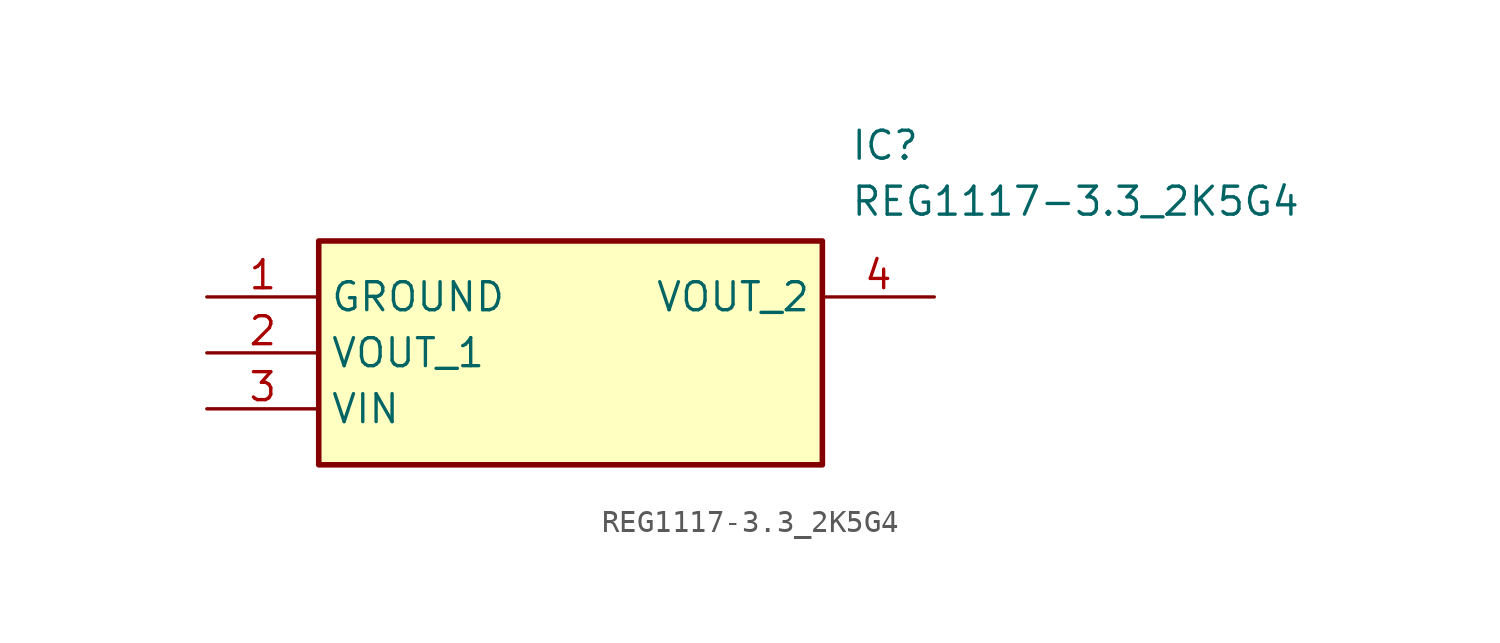
<source format=kicad_sym>
(kicad_symbol_lib
  (version 20211014)
  (generator SamacSys_ECAD_Model)
  (symbol "REG1117-3.3_2K5G4"
    (property "Reference" "IC"
      (at 29.21 7.62 0)
      (effects (font (size 1.27 1.27)) (justify left top)))
    (property "Value" "REG1117-3.3_2K5G4"
      (at 29.21 5.08 0)
      (effects (font (size 1.27 1.27)) (justify left top)))
    (rectangle
      (start 5.08 2.54)
      (end 27.94 -7.62)
      (stroke (width 0.254) (type default))
      (fill (type background)))
    (pin passive line
      (at 0 0 0)
      (length 5.08)
      (name "GROUND" (effects (font (size 1.27 1.27))))
      (number "1" (effects (font (size 1.27 1.27)))))
    (pin passive line
      (at 0 -2.54 0)
      (length 5.08)
      (name "VOUT_1" (effects (font (size 1.27 1.27))))
      (number "2" (effects (font (size 1.27 1.27)))))
    (pin passive line
      (at 0 -5.08 0)
      (length 5.08)
      (name "VIN" (effects (font (size 1.27 1.27))))
      (number "3" (effects (font (size 1.27 1.27)))))
    (pin passive line
      (at 33.02 0 180)
      (length 5.08)
      (name "VOUT_2" (effects (font (size 1.27 1.27))))
      (number "4" (effects (font (size 1.27 1.27)))))))
</source>
